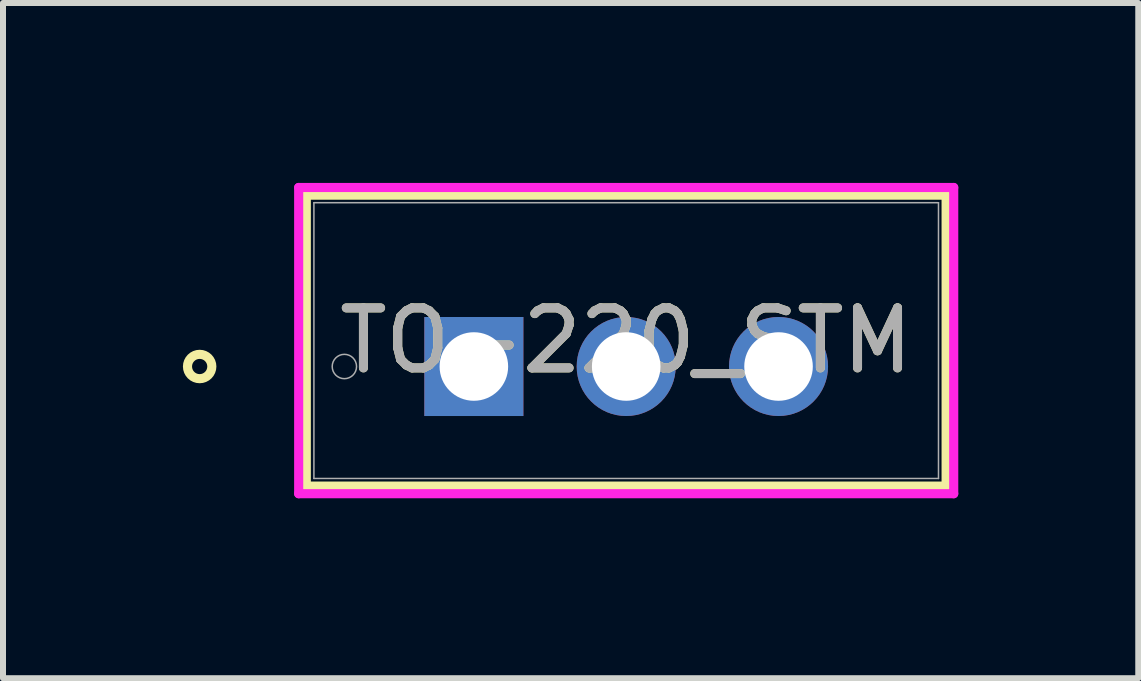
<source format=kicad_pcb>
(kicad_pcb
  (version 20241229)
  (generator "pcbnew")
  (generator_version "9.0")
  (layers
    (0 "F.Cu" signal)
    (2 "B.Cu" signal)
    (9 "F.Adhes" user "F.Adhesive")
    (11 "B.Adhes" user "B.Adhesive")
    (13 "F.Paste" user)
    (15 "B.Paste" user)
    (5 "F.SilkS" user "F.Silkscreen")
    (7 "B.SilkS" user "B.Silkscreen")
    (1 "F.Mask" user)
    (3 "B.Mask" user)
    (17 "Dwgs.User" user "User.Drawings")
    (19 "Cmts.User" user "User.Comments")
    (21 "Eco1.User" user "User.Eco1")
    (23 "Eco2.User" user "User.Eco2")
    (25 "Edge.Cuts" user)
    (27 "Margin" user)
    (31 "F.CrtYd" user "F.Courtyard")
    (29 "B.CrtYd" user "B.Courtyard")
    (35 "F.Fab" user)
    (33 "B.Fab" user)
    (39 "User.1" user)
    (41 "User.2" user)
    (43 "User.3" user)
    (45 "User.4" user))
  (footprint "TO-220_STM"
    (layer "F.Cu")
    (at 4.851 3.061)
    (property "Reference" "TO-220_STM" (at 2.54 -0.432 0) (unlocked yes) (layer "F.SilkS") (effects (font (size 1 1) (thickness 0.15))))
    (attr through_hole)
    (fp_line (start -2.794 -2.857) (end -2.794 1.994) (stroke (width 0.152) (type solid)) (layer "F.SilkS"))
    (fp_line (start -2.794 1.994) (end 7.874 1.994) (stroke (width 0.152) (type solid)) (layer "F.SilkS"))
    (fp_line (start 7.874 -2.857) (end -2.794 -2.857) (stroke (width 0.152) (type solid)) (layer "F.SilkS"))
    (fp_line (start 7.874 1.994) (end 7.874 -2.857) (stroke (width 0.152) (type solid)) (layer "F.SilkS"))
    (fp_circle (center -4.572 0) (end -4.369 0) (stroke (width 0.152) (type solid)) (fill no) (layer "F.SilkS"))
    (fp_line (start -2.921 -2.985) (end 8.001 -2.985) (stroke (width 0.152) (type solid)) (layer "F.CrtYd"))
    (fp_line (start -2.921 2.121) (end -2.921 -2.985) (stroke (width 0.152) (type solid)) (layer "F.CrtYd"))
    (fp_line (start 8.001 -2.985) (end 8.001 2.121) (stroke (width 0.152) (type solid)) (layer "F.CrtYd"))
    (fp_line (start 8.001 2.121) (end -2.921 2.121) (stroke (width 0.152) (type solid)) (layer "F.CrtYd"))
    (fp_line (start -2.667 -2.731) (end -2.667 1.867) (stroke (width 0.025) (type solid)) (layer "F.Fab"))
    (fp_line (start -2.667 1.867) (end 7.747 1.867) (stroke (width 0.025) (type solid)) (layer "F.Fab"))
    (fp_line (start -0.254 0) (end 0.254 0) (stroke (width 0.152) (type solid)) (layer "F.Fab"))
    (fp_line (start 0 0.254) (end 0 -0.254) (stroke (width 0.152) (type solid)) (layer "F.Fab"))
    (fp_line (start 7.747 -2.731) (end -2.667 -2.731) (stroke (width 0.025) (type solid)) (layer "F.Fab"))
    (fp_line (start 7.747 1.867) (end 7.747 -2.731) (stroke (width 0.025) (type solid)) (layer "F.Fab"))
    (fp_circle (center -2.159 0) (end -1.956 0) (stroke (width 0.025) (type solid)) (fill no) (layer "F.Fab"))
    (fp_text user "${REFERENCE}" (at 2.54 -0.432 0) (unlocked yes) (layer "F.Fab") (effects (font (size 1 1) (thickness 0.15))))
    (pad "1" thru_hole rect (at 0 0) (size 1.651 1.651) (drill 1.143) (layers "*.Cu" "*.Mask"))
    (pad "2" thru_hole circle (at 2.54 0) (size 1.651 1.651) (drill 1.143) (layers "*.Cu" "*.Mask"))
    (pad "3" thru_hole circle (at 5.08 0) (size 1.651 1.651) (drill 1.143) (layers "*.Cu" "*.Mask")))
  (gr_rect
    (start -3 -3)
    (end 15.929 8.258)
    (stroke (width 0.1) (type default))
    (fill no)
    (layer "Edge.Cuts")))
</source>
